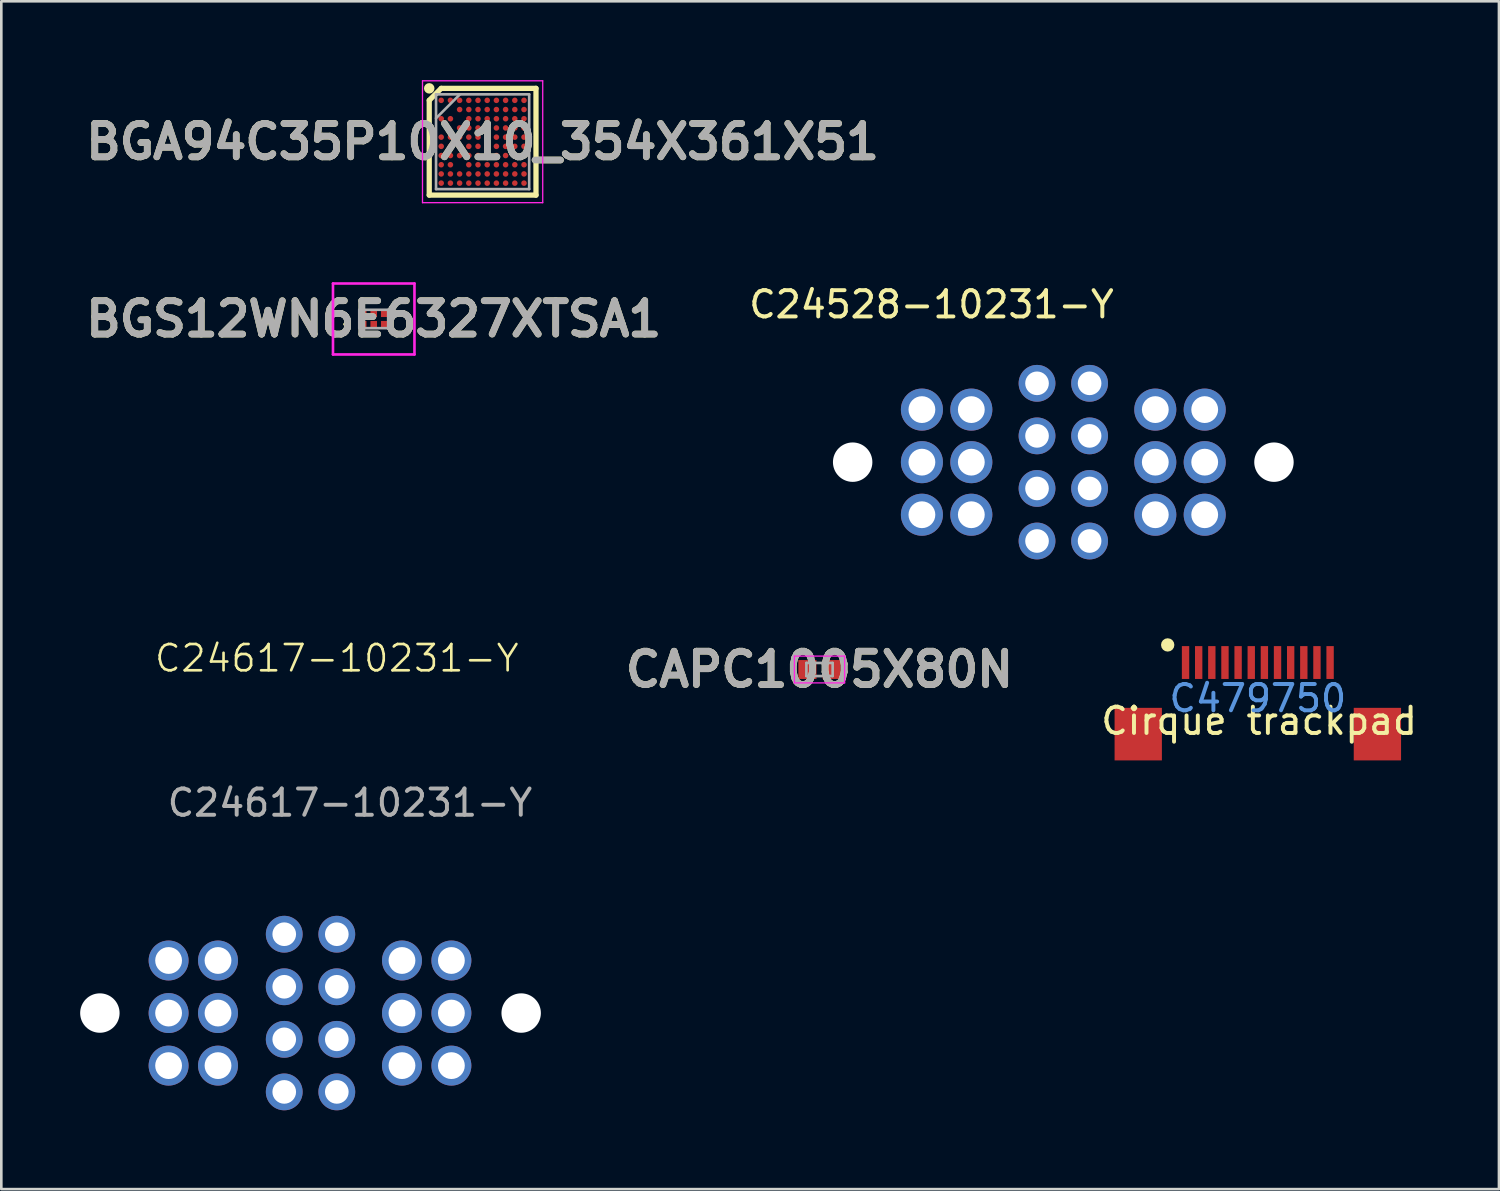
<source format=kicad_pcb>
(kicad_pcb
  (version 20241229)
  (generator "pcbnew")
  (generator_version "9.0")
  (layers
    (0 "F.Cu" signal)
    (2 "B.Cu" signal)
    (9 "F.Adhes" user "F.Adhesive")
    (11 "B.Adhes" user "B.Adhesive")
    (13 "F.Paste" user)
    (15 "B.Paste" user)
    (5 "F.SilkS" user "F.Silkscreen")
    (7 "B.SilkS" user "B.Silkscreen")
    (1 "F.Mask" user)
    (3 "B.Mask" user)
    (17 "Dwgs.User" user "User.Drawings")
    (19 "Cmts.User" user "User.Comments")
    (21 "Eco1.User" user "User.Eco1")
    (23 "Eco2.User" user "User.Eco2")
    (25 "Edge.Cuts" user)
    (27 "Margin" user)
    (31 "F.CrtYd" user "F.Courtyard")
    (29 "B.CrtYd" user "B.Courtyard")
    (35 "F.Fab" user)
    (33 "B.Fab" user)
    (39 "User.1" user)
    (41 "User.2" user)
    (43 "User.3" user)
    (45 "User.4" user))
  (footprint "CAPC1005X80N"
    (layer "F.Cu")
    (at 28.132 22.424)
    (property "Reference" "CAPC1005X80N" (at 0 0 0) (layer "F.SilkS") (effects (font (size 1.27 1.27) (thickness 0.254))))
    (attr smd)
    (fp_line (start -0.955 -0.51) (end 0.955 -0.51) (stroke (width 0.05) (type solid)) (layer "F.CrtYd"))
    (fp_line (start -0.955 0.51) (end -0.955 -0.51) (stroke (width 0.05) (type solid)) (layer "F.CrtYd"))
    (fp_line (start 0.955 -0.51) (end 0.955 0.51) (stroke (width 0.05) (type solid)) (layer "F.CrtYd"))
    (fp_line (start 0.955 0.51) (end -0.955 0.51) (stroke (width 0.05) (type solid)) (layer "F.CrtYd"))
    (fp_line (start -0.5 -0.25) (end 0.5 -0.25) (stroke (width 0.1) (type solid)) (layer "F.Fab"))
    (fp_line (start -0.5 0.25) (end -0.5 -0.25) (stroke (width 0.1) (type solid)) (layer "F.Fab"))
    (fp_line (start 0.5 -0.25) (end 0.5 0.25) (stroke (width 0.1) (type solid)) (layer "F.Fab"))
    (fp_line (start 0.5 0.25) (end -0.5 0.25) (stroke (width 0.1) (type solid)) (layer "F.Fab"))
    (fp_text user "${REFERENCE}" (at 0 0 0) (layer "F.Fab") (effects (font (size 1.27 1.27) (thickness 0.254))))
    (pad "1" smd rect (at -0.46 0) (size 0.69 0.72) (layers "F.Cu" "F.Mask" "F.Paste"))
    (pad "2" smd rect (at 0.46 0) (size 0.69 0.72) (layers "F.Cu" "F.Mask" "F.Paste")))
  (footprint "Cirque trackpad"
    (layer "F.Cu")
    (at 44.859 24.883)
    (property "Reference" "Cirque trackpad" (at 0 -0.5 0) (unlocked yes) (layer "F.SilkS") (effects (font (size 1 1) (thickness 0.15))))
    (attr smd)
    (fp_circle (center -3.479 -3.394) (end -3.352 -3.394) (stroke (width 0.254) (type solid)) (fill no) (layer "F.SilkS"))
    (fp_text user "C479750" (at -0.05 -1.362 0) (layer "Cmts.User") (effects (font (size 1 1) (thickness 0.15))))
    (pad "1" smd rect (at -2.8 -2.724) (size 0.28 1.25) (layers "F.Cu" "F.Mask" "F.Paste"))
    (pad "2" smd rect (at -2.3 -2.724) (size 0.28 1.25) (layers "F.Cu" "F.Mask" "F.Paste"))
    (pad "3" smd rect (at -1.8 -2.724) (size 0.28 1.25) (layers "F.Cu" "F.Mask" "F.Paste"))
    (pad "4" smd rect (at -1.3 -2.724) (size 0.28 1.25) (layers "F.Cu" "F.Mask" "F.Paste"))
    (pad "5" smd rect (at -0.8 -2.724) (size 0.28 1.25) (layers "F.Cu" "F.Mask" "F.Paste"))
    (pad "6" smd rect (at -0.3 -2.724) (size 0.28 1.25) (layers "F.Cu" "F.Mask" "F.Paste"))
    (pad "7" smd rect (at 0.2 -2.724) (size 0.28 1.25) (layers "F.Cu" "F.Mask" "F.Paste"))
    (pad "8" smd rect (at 0.7 -2.724) (size 0.28 1.25) (layers "F.Cu" "F.Mask" "F.Paste"))
    (pad "9" smd rect (at 1.2 -2.724) (size 0.28 1.25) (layers "F.Cu" "F.Mask" "F.Paste"))
    (pad "10" smd rect (at 1.7 -2.724) (size 0.28 1.25) (layers "F.Cu" "F.Mask" "F.Paste"))
    (pad "11" smd rect (at 2.2 -2.724) (size 0.28 1.25) (layers "F.Cu" "F.Mask" "F.Paste"))
    (pad "12" smd rect (at 2.7 -2.724) (size 0.28 1.25) (layers "F.Cu" "F.Mask" "F.Paste"))
    (pad "13" smd rect (at 4.5 0) (size 1.8 2) (layers "F.Cu" "F.Mask" "F.Paste"))
    (pad "14" smd rect (at -4.6 0) (size 1.8 2) (layers "F.Cu" "F.Mask" "F.Paste")))
  (footprint "C24528-10231-Y"
    (layer "F.Cu")
    (at 29.393 14.535)
    (property "Reference" "C24528-10231-Y" (at 3 -6 0) (unlocked yes) (layer "F.SilkS") (effects (font (size 1 1) (thickness 0.15))))
    (attr through_hole)
    (pad "" np_thru_hole circle (at 0 0) (size 1.5 1.5) (drill 1.5) (layers "*.Cu" "*.Mask"))
    (pad "" np_thru_hole circle (at 16.03 0) (size 1.5 1.5) (drill 1.5) (layers "*.Cu" "*.Mask"))
    (pad "1" thru_hole circle (at 7.015 3) (size 1.4 1.4) (drill 0.9) (layers "*.Cu" "*.Mask"))
    (pad "2" thru_hole circle (at 7.015 1) (size 1.4 1.4) (drill 0.9) (layers "*.Cu" "*.Mask"))
    (pad "3" thru_hole circle (at 7.015 -1) (size 1.4 1.4) (drill 0.9) (layers "*.Cu" "*.Mask"))
    (pad "4" thru_hole circle (at 7.015 -3) (size 1.4 1.4) (drill 0.9) (layers "*.Cu" "*.Mask"))
    (pad "5" thru_hole circle (at 9.015 -3) (size 1.4 1.4) (drill 0.9) (layers "*.Cu" "*.Mask"))
    (pad "6" thru_hole circle (at 9.015 -1) (size 1.4 1.4) (drill 0.9) (layers "*.Cu" "*.Mask"))
    (pad "7" thru_hole circle (at 9.015 1) (size 1.4 1.4) (drill 0.9) (layers "*.Cu" "*.Mask"))
    (pad "8" thru_hole circle (at 9.015 3) (size 1.4 1.4) (drill 0.9) (layers "*.Cu" "*.Mask"))
    (pad "P1" thru_hole circle (at 2.635 -2) (size 1.6 1.6) (drill 1.02) (layers "*.Cu" "*.Mask"))
    (pad "P2" thru_hole circle (at 4.515 -2) (size 1.6 1.6) (drill 1.02) (layers "*.Cu" "*.Mask"))
    (pad "P3" thru_hole circle (at 2.635 0) (size 1.6 1.6) (drill 1.02) (layers "*.Cu" "*.Mask"))
    (pad "P4" thru_hole circle (at 4.515 0) (size 1.6 1.6) (drill 1.02) (layers "*.Cu" "*.Mask"))
    (pad "P5" thru_hole circle (at 2.635 2) (size 1.6 1.6) (drill 1.02) (layers "*.Cu" "*.Mask"))
    (pad "P6" thru_hole circle (at 4.515 2) (size 1.6 1.6) (drill 1.02) (layers "*.Cu" "*.Mask"))
    (pad "P7" thru_hole circle (at 11.515 -2) (size 1.6 1.6) (drill 1.02) (layers "*.Cu" "*.Mask"))
    (pad "P8" thru_hole circle (at 13.395 -2) (size 1.6 1.6) (drill 1.02) (layers "*.Cu" "*.Mask"))
    (pad "P9" thru_hole circle (at 11.515 0) (size 1.6 1.6) (drill 1.02) (layers "*.Cu" "*.Mask"))
    (pad "P10" thru_hole circle (at 13.395 0) (size 1.6 1.6) (drill 1.02) (layers "*.Cu" "*.Mask"))
    (pad "P11" thru_hole circle (at 11.515 2) (size 1.6 1.6) (drill 1.02) (layers "*.Cu" "*.Mask"))
    (pad "P12" thru_hole circle (at 13.395 2) (size 1.6 1.6) (drill 1.02) (layers "*.Cu" "*.Mask")))
  (footprint "BGA94C35P10X10_354X361X51"
    (layer "F.Cu")
    (at 15.313 2.343)
    (property "Reference" "BGA94C35P10X10_354X361X51" (at 0 0 0) (layer "F.SilkS") (effects (font (size 1.27 1.27) (thickness 0.254))))
    (attr smd)
    (fp_line (start -2.031 -1.575) (end -1.575 -2.031) (stroke (width 0.2) (type solid)) (layer "F.SilkS"))
    (fp_line (start -2.031 2.031) (end -2.031 -1.575) (stroke (width 0.2) (type solid)) (layer "F.SilkS"))
    (fp_line (start -1.575 -2.031) (end 2.031 -2.031) (stroke (width 0.2) (type solid)) (layer "F.SilkS"))
    (fp_line (start 2.031 -2.031) (end 2.031 2.031) (stroke (width 0.2) (type solid)) (layer "F.SilkS"))
    (fp_line (start 2.031 2.031) (end -2.031 2.031) (stroke (width 0.2) (type solid)) (layer "F.SilkS"))
    (fp_circle (center -2.031 -2.031) (end -2.031 -1.931) (stroke (width 0.2) (type solid)) (fill no) (layer "F.SilkS"))
    (fp_line (start -2.287 -2.318) (end 2.287 -2.318) (stroke (width 0.05) (type solid)) (layer "F.CrtYd"))
    (fp_line (start -2.287 2.319) (end -2.287 -2.318) (stroke (width 0.05) (type solid)) (layer "F.CrtYd"))
    (fp_line (start 2.287 -2.318) (end 2.287 2.319) (stroke (width 0.05) (type solid)) (layer "F.CrtYd"))
    (fp_line (start 2.287 2.319) (end -2.287 2.319) (stroke (width 0.05) (type solid)) (layer "F.CrtYd"))
    (fp_line (start -1.772 -1.804) (end 1.772 -1.804) (stroke (width 0.1) (type solid)) (layer "F.Fab"))
    (fp_line (start -1.772 -0.894) (end -0.863 -1.803) (stroke (width 0.1) (type solid)) (layer "F.Fab"))
    (fp_line (start -1.772 1.803) (end -1.772 -1.804) (stroke (width 0.1) (type solid)) (layer "F.Fab"))
    (fp_line (start 1.772 -1.804) (end 1.772 1.803) (stroke (width 0.1) (type solid)) (layer "F.Fab"))
    (fp_line (start 1.772 1.803) (end -1.772 1.803) (stroke (width 0.1) (type solid)) (layer "F.Fab"))
    (fp_text user "${REFERENCE}" (at 0 0 0) (layer "F.Fab") (effects (font (size 1.27 1.27) (thickness 0.254))))
    (pad "A1" smd circle (at -1.575 -1.575 90) (size 0.212 0.212) (layers "F.Cu" "F.Mask" "F.Paste"))
    (pad "A2" smd circle (at -1.225 -1.575 90) (size 0.212 0.212) (layers "F.Cu" "F.Mask" "F.Paste"))
    (pad "A3" smd circle (at -0.875 -1.575 90) (size 0.212 0.212) (layers "F.Cu" "F.Mask" "F.Paste"))
    (pad "A4" smd circle (at -0.525 -1.575 90) (size 0.212 0.212) (layers "F.Cu" "F.Mask" "F.Paste"))
    (pad "A5" smd circle (at -0.175 -1.575 90) (size 0.212 0.212) (layers "F.Cu" "F.Mask" "F.Paste"))
    (pad "A6" smd circle (at 0.175 -1.575 90) (size 0.212 0.212) (layers "F.Cu" "F.Mask" "F.Paste"))
    (pad "A7" smd circle (at 0.525 -1.575 90) (size 0.212 0.212) (layers "F.Cu" "F.Mask" "F.Paste"))
    (pad "A8" smd circle (at 0.875 -1.575 90) (size 0.212 0.212) (layers "F.Cu" "F.Mask" "F.Paste"))
    (pad "A9" smd circle (at 1.225 -1.575 90) (size 0.212 0.212) (layers "F.Cu" "F.Mask" "F.Paste"))
    (pad "A10" smd circle (at 1.575 -1.575 90) (size 0.212 0.212) (layers "F.Cu" "F.Mask" "F.Paste"))
    (pad "B3" smd circle (at -0.875 -1.225 90) (size 0.212 0.212) (layers "F.Cu" "F.Mask" "F.Paste"))
    (pad "B4" smd circle (at -0.525 -1.225 90) (size 0.212 0.212) (layers "F.Cu" "F.Mask" "F.Paste"))
    (pad "B5" smd circle (at -0.175 -1.225 90) (size 0.212 0.212) (layers "F.Cu" "F.Mask" "F.Paste"))
    (pad "B6" smd circle (at 0.175 -1.225 90) (size 0.212 0.212) (layers "F.Cu" "F.Mask" "F.Paste"))
    (pad "B7" smd circle (at 0.525 -1.225 90) (size 0.212 0.212) (layers "F.Cu" "F.Mask" "F.Paste"))
    (pad "B8" smd circle (at 0.875 -1.225 90) (size 0.212 0.212) (layers "F.Cu" "F.Mask" "F.Paste"))
    (pad "B9" smd circle (at 1.225 -1.225 90) (size 0.212 0.212) (layers "F.Cu" "F.Mask" "F.Paste"))
    (pad "B10" smd circle (at 1.575 -1.225 90) (size 0.212 0.212) (layers "F.Cu" "F.Mask" "F.Paste"))
    (pad "C1" smd circle (at -1.575 -0.875 90) (size 0.212 0.212) (layers "F.Cu" "F.Mask" "F.Paste"))
    (pad "C2" smd circle (at -1.225 -0.875 90) (size 0.212 0.212) (layers "F.Cu" "F.Mask" "F.Paste"))
    (pad "C4" smd circle (at -0.525 -0.875 90) (size 0.212 0.212) (layers "F.Cu" "F.Mask" "F.Paste"))
    (pad "C5" smd circle (at -0.175 -0.875 90) (size 0.212 0.212) (layers "F.Cu" "F.Mask" "F.Paste"))
    (pad "C6" smd circle (at 0.175 -0.875 90) (size 0.212 0.212) (layers "F.Cu" "F.Mask" "F.Paste"))
    (pad "C7" smd circle (at 0.525 -0.875 90) (size 0.212 0.212) (layers "F.Cu" "F.Mask" "F.Paste"))
    (pad "C8" smd circle (at 0.875 -0.875 90) (size 0.212 0.212) (layers "F.Cu" "F.Mask" "F.Paste"))
    (pad "C9" smd circle (at 1.225 -0.875 90) (size 0.212 0.212) (layers "F.Cu" "F.Mask" "F.Paste"))
    (pad "C10" smd circle (at 1.575 -0.875 90) (size 0.212 0.212) (layers "F.Cu" "F.Mask" "F.Paste"))
    (pad "D3" smd circle (at -0.875 -0.525 90) (size 0.212 0.212) (layers "F.Cu" "F.Mask" "F.Paste"))
    (pad "D4" smd circle (at -0.525 -0.525 90) (size 0.212 0.212) (layers "F.Cu" "F.Mask" "F.Paste"))
    (pad "D5" smd circle (at -0.175 -0.525 90) (size 0.212 0.212) (layers "F.Cu" "F.Mask" "F.Paste"))
    (pad "D6" smd circle (at 0.175 -0.525 90) (size 0.212 0.212) (layers "F.Cu" "F.Mask" "F.Paste"))
    (pad "D7" smd circle (at 0.525 -0.525 90) (size 0.212 0.212) (layers "F.Cu" "F.Mask" "F.Paste"))
    (pad "D8" smd circle (at 0.875 -0.525 90) (size 0.212 0.212) (layers "F.Cu" "F.Mask" "F.Paste"))
    (pad "D9" smd circle (at 1.225 -0.525 90) (size 0.212 0.212) (layers "F.Cu" "F.Mask" "F.Paste"))
    (pad "D10" smd circle (at 1.575 -0.525 90) (size 0.212 0.212) (layers "F.Cu" "F.Mask" "F.Paste"))
    (pad "E1" smd circle (at -1.575 -0.175 90) (size 0.212 0.212) (layers "F.Cu" "F.Mask" "F.Paste"))
    (pad "E2" smd circle (at -1.225 -0.175 90) (size 0.212 0.212) (layers "F.Cu" "F.Mask" "F.Paste"))
    (pad "E3" smd circle (at -0.875 -0.175 90) (size 0.212 0.212) (layers "F.Cu" "F.Mask" "F.Paste"))
    (pad "E4" smd circle (at -0.525 -0.175 90) (size 0.212 0.212) (layers "F.Cu" "F.Mask" "F.Paste"))
    (pad "E5" smd circle (at -0.175 -0.175 90) (size 0.212 0.212) (layers "F.Cu" "F.Mask" "F.Paste"))
    (pad "E6" smd circle (at 0.175 -0.175 90) (size 0.212 0.212) (layers "F.Cu" "F.Mask" "F.Paste"))
    (pad "E7" smd circle (at 0.525 -0.175 90) (size 0.212 0.212) (layers "F.Cu" "F.Mask" "F.Paste"))
    (pad "E8" smd circle (at 0.875 -0.175 90) (size 0.212 0.212) (layers "F.Cu" "F.Mask" "F.Paste"))
    (pad "E9" smd circle (at 1.225 -0.175 90) (size 0.212 0.212) (layers "F.Cu" "F.Mask" "F.Paste"))
    (pad "E10" smd circle (at 1.575 -0.175 90) (size 0.212 0.212) (layers "F.Cu" "F.Mask" "F.Paste"))
    (pad "F1" smd circle (at -1.575 0.175 90) (size 0.212 0.212) (layers "F.Cu" "F.Mask" "F.Paste"))
    (pad "F2" smd circle (at -1.225 0.175 90) (size 0.212 0.212) (layers "F.Cu" "F.Mask" "F.Paste"))
    (pad "F3" smd circle (at -0.875 0.175 90) (size 0.212 0.212) (layers "F.Cu" "F.Mask" "F.Paste"))
    (pad "F4" smd circle (at -0.525 0.175 90) (size 0.212 0.212) (layers "F.Cu" "F.Mask" "F.Paste"))
    (pad "F5" smd circle (at -0.175 0.175 90) (size 0.212 0.212) (layers "F.Cu" "F.Mask" "F.Paste"))
    (pad "F6" smd circle (at 0.175 0.175 90) (size 0.212 0.212) (layers "F.Cu" "F.Mask" "F.Paste"))
    (pad "F7" smd circle (at 0.525 0.175 90) (size 0.212 0.212) (layers "F.Cu" "F.Mask" "F.Paste"))
    (pad "F8" smd circle (at 0.875 0.175 90) (size 0.212 0.212) (layers "F.Cu" "F.Mask" "F.Paste"))
    (pad "F9" smd circle (at 1.225 0.175 90) (size 0.212 0.212) (layers "F.Cu" "F.Mask" "F.Paste"))
    (pad "F10" smd circle (at 1.575 0.175 90) (size 0.212 0.212) (layers "F.Cu" "F.Mask" "F.Paste"))
    (pad "G1" smd circle (at -1.575 0.525 90) (size 0.212 0.212) (layers "F.Cu" "F.Mask" "F.Paste"))
    (pad "G2" smd circle (at -1.225 0.525 90) (size 0.212 0.212) (layers "F.Cu" "F.Mask" "F.Paste"))
    (pad "G3" smd circle (at -0.875 0.525 90) (size 0.212 0.212) (layers "F.Cu" "F.Mask" "F.Paste"))
    (pad "G4" smd circle (at -0.525 0.525 90) (size 0.212 0.212) (layers "F.Cu" "F.Mask" "F.Paste"))
    (pad "G5" smd circle (at -0.175 0.525 90) (size 0.212 0.212) (layers "F.Cu" "F.Mask" "F.Paste"))
    (pad "G6" smd circle (at 0.175 0.525 90) (size 0.212 0.212) (layers "F.Cu" "F.Mask" "F.Paste"))
    (pad "G7" smd circle (at 0.525 0.525 90) (size 0.212 0.212) (layers "F.Cu" "F.Mask" "F.Paste"))
    (pad "G8" smd circle (at 0.875 0.525 90) (size 0.212 0.212) (layers "F.Cu" "F.Mask" "F.Paste"))
    (pad "G9" smd circle (at 1.225 0.525 90) (size 0.212 0.212) (layers "F.Cu" "F.Mask" "F.Paste"))
    (pad "G10" smd circle (at 1.575 0.525 90) (size 0.212 0.212) (layers "F.Cu" "F.Mask" "F.Paste"))
    (pad "H1" smd circle (at -1.575 0.875 90) (size 0.212 0.212) (layers "F.Cu" "F.Mask" "F.Paste"))
    (pad "H2" smd circle (at -1.225 0.875 90) (size 0.212 0.212) (layers "F.Cu" "F.Mask" "F.Paste"))
    (pad "H4" smd circle (at -0.525 0.875 90) (size 0.212 0.212) (layers "F.Cu" "F.Mask" "F.Paste"))
    (pad "H5" smd circle (at -0.175 0.875 90) (size 0.212 0.212) (layers "F.Cu" "F.Mask" "F.Paste"))
    (pad "H6" smd circle (at 0.175 0.875 90) (size 0.212 0.212) (layers "F.Cu" "F.Mask" "F.Paste"))
    (pad "H7" smd circle (at 0.525 0.875 90) (size 0.212 0.212) (layers "F.Cu" "F.Mask" "F.Paste"))
    (pad "H8" smd circle (at 0.875 0.875 90) (size 0.212 0.212) (layers "F.Cu" "F.Mask" "F.Paste"))
    (pad "H9" smd circle (at 1.225 0.875 90) (size 0.212 0.212) (layers "F.Cu" "F.Mask" "F.Paste"))
    (pad "H10" smd circle (at 1.575 0.875 90) (size 0.212 0.212) (layers "F.Cu" "F.Mask" "F.Paste"))
    (pad "J1" smd circle (at -1.575 1.225 90) (size 0.212 0.212) (layers "F.Cu" "F.Mask" "F.Paste"))
    (pad "J2" smd circle (at -1.225 1.225 90) (size 0.212 0.212) (layers "F.Cu" "F.Mask" "F.Paste"))
    (pad "J3" smd circle (at -0.875 1.225 90) (size 0.212 0.212) (layers "F.Cu" "F.Mask" "F.Paste"))
    (pad "J4" smd circle (at -0.525 1.225 90) (size 0.212 0.212) (layers "F.Cu" "F.Mask" "F.Paste"))
    (pad "J5" smd circle (at -0.175 1.225 90) (size 0.212 0.212) (layers "F.Cu" "F.Mask" "F.Paste"))
    (pad "J6" smd circle (at 0.175 1.225 90) (size 0.212 0.212) (layers "F.Cu" "F.Mask" "F.Paste"))
    (pad "J7" smd circle (at 0.525 1.225 90) (size 0.212 0.212) (layers "F.Cu" "F.Mask" "F.Paste"))
    (pad "J8" smd circle (at 0.875 1.225 90) (size 0.212 0.212) (layers "F.Cu" "F.Mask" "F.Paste"))
    (pad "J9" smd circle (at 1.225 1.225 90) (size 0.212 0.212) (layers "F.Cu" "F.Mask" "F.Paste"))
    (pad "J10" smd circle (at 1.575 1.225 90) (size 0.212 0.212) (layers "F.Cu" "F.Mask" "F.Paste"))
    (pad "K1" smd circle (at -1.575 1.575 90) (size 0.212 0.212) (layers "F.Cu" "F.Mask" "F.Paste"))
    (pad "K2" smd circle (at -1.225 1.575 90) (size 0.212 0.212) (layers "F.Cu" "F.Mask" "F.Paste"))
    (pad "K3" smd circle (at -0.875 1.575 90) (size 0.212 0.212) (layers "F.Cu" "F.Mask" "F.Paste"))
    (pad "K4" smd circle (at -0.525 1.575 90) (size 0.212 0.212) (layers "F.Cu" "F.Mask" "F.Paste"))
    (pad "K5" smd circle (at -0.175 1.575 90) (size 0.212 0.212) (layers "F.Cu" "F.Mask" "F.Paste"))
    (pad "K6" smd circle (at 0.175 1.575 90) (size 0.212 0.212) (layers "F.Cu" "F.Mask" "F.Paste"))
    (pad "K7" smd circle (at 0.525 1.575 90) (size 0.212 0.212) (layers "F.Cu" "F.Mask" "F.Paste"))
    (pad "K8" smd circle (at 0.875 1.575 90) (size 0.212 0.212) (layers "F.Cu" "F.Mask" "F.Paste"))
    (pad "K9" smd circle (at 1.225 1.575 90) (size 0.212 0.212) (layers "F.Cu" "F.Mask" "F.Paste"))
    (pad "K10" smd circle (at 1.575 1.575 90) (size 0.212 0.212) (layers "F.Cu" "F.Mask" "F.Paste")))
  (footprint "BGS12WN6E6327XTSA1"
    (layer "F.Cu")
    (at 11.17 9.087)
    (property "Reference" "BGS12WN6E6327XTSA1" (at 0 0 0) (layer "F.SilkS") (effects (font (size 1.27 1.27) (thickness 0.254))))
    (attr smd)
    (fp_line (start -1.1 0.2) (end -1.1 0.2) (stroke (width 0.1) (type solid)) (layer "F.SilkS"))
    (fp_line (start -1 0.2) (end -1 0.2) (stroke (width 0.1) (type solid)) (layer "F.SilkS"))
    (fp_arc (start -1.1 0.2) (mid -1.05 0.15) (end -1 0.2) (stroke (width 0.1) (type solid)) (layer "F.SilkS"))
    (fp_arc (start -1 0.2) (mid -1.05 0.25) (end -1.1 0.2) (stroke (width 0.1) (type solid)) (layer "F.SilkS"))
    (fp_line (start -1.55 -1.35) (end 1.55 -1.35) (stroke (width 0.1) (type solid)) (layer "F.CrtYd"))
    (fp_line (start -1.55 1.35) (end -1.55 -1.35) (stroke (width 0.1) (type solid)) (layer "F.CrtYd"))
    (fp_line (start 1.55 -1.35) (end 1.55 1.35) (stroke (width 0.1) (type solid)) (layer "F.CrtYd"))
    (fp_line (start 1.55 1.35) (end -1.55 1.35) (stroke (width 0.1) (type solid)) (layer "F.CrtYd"))
    (fp_line (start -0.55 -0.35) (end 0.55 -0.35) (stroke (width 0.1) (type solid)) (layer "F.Fab"))
    (fp_line (start -0.55 0.35) (end -0.55 -0.35) (stroke (width 0.1) (type solid)) (layer "F.Fab"))
    (fp_line (start 0.55 -0.35) (end 0.55 0.35) (stroke (width 0.1) (type solid)) (layer "F.Fab"))
    (fp_line (start 0.55 0.35) (end -0.55 0.35) (stroke (width 0.1) (type solid)) (layer "F.Fab"))
    (fp_text user "${REFERENCE}" (at 0 0 0) (layer "F.Fab") (effects (font (size 1.27 1.27) (thickness 0.254))))
    (pad "1" smd rect (at -0.4 0.2) (size 0.25 0.25) (layers "F.Cu" "F.Mask" "F.Paste"))
    (pad "2" smd rect (at 0 0.2) (size 0.25 0.25) (layers "F.Cu" "F.Mask" "F.Paste"))
    (pad "3" smd rect (at 0.4 0.2) (size 0.25 0.25) (layers "F.Cu" "F.Mask" "F.Paste"))
    (pad "4" smd rect (at 0.4 -0.2) (size 0.25 0.25) (layers "F.Cu" "F.Mask" "F.Paste"))
    (pad "5" smd rect (at 0 -0.2) (size 0.25 0.25) (layers "F.Cu" "F.Mask" "F.Paste"))
    (pad "6" smd rect (at -0.4 -0.2) (size 0.25 0.25) (layers "F.Cu" "F.Mask" "F.Paste")))
  (footprint "C24617-10231-Y"
    (layer "F.Cu")
    (at 8.765 35.496)
    (property "Reference" "C24617-10231-Y" (at 1 -13.5 0) (unlocked yes) (layer "F.SilkS") (effects (font (size 1 1) (thickness 0.1))))
    (attr through_hole)
    (fp_text user "${REFERENCE}" (at 1.5 -8 0) (unlocked yes) (layer "F.Fab") (effects (font (size 1 1) (thickness 0.15))))
    (pad "" np_thru_hole circle (at -8.015 0) (size 1.5 1.5) (drill 1.5) (layers "*.Cu" "*.Mask"))
    (pad "" np_thru_hole circle (at 8.015 0) (size 1.5 1.5) (drill 1.5) (layers "*.Cu" "*.Mask"))
    (pad "1" thru_hole circle (at -1 3) (size 1.4 1.4) (drill 0.9) (layers "*.Cu" "*.Mask"))
    (pad "2" thru_hole circle (at -1 1) (size 1.4 1.4) (drill 0.9) (layers "*.Cu" "*.Mask"))
    (pad "3" thru_hole circle (at -1 -1) (size 1.4 1.4) (drill 0.9) (layers "*.Cu" "*.Mask"))
    (pad "4" thru_hole circle (at -1 -3) (size 1.4 1.4) (drill 0.9) (layers "*.Cu" "*.Mask"))
    (pad "5" thru_hole circle (at 1 -3) (size 1.4 1.4) (drill 0.9) (layers "*.Cu" "*.Mask"))
    (pad "6" thru_hole circle (at 1 -1) (size 1.4 1.4) (drill 0.9) (layers "*.Cu" "*.Mask"))
    (pad "7" thru_hole circle (at 1 1) (size 1.4 1.4) (drill 0.9) (layers "*.Cu" "*.Mask"))
    (pad "8" thru_hole circle (at 1 3) (size 1.4 1.4) (drill 0.9) (layers "*.Cu" "*.Mask"))
    (pad "P1" thru_hole circle (at -5.4 -2) (size 1.52 1.52) (drill 1.02) (layers "*.Cu" "*.Mask"))
    (pad "P2" thru_hole circle (at -3.52 -2) (size 1.52 1.52) (drill 1.02) (layers "*.Cu" "*.Mask"))
    (pad "P3" thru_hole circle (at -5.4 0) (size 1.52 1.52) (drill 1.02) (layers "*.Cu" "*.Mask"))
    (pad "P4" thru_hole circle (at -3.52 0) (size 1.52 1.52) (drill 1.02) (layers "*.Cu" "*.Mask"))
    (pad "P5" thru_hole circle (at -5.4 2) (size 1.52 1.52) (drill 1.02) (layers "*.Cu" "*.Mask"))
    (pad "P6" thru_hole circle (at -3.52 2) (size 1.52 1.52) (drill 1.02) (layers "*.Cu" "*.Mask"))
    (pad "P7" thru_hole circle (at 3.48 -2) (size 1.52 1.52) (drill 1.02) (layers "*.Cu" "*.Mask"))
    (pad "P8" thru_hole circle (at 5.36 -2) (size 1.52 1.52) (drill 1.02) (layers "*.Cu" "*.Mask"))
    (pad "P9" thru_hole circle (at 3.48 0) (size 1.52 1.52) (drill 1.02) (layers "*.Cu" "*.Mask"))
    (pad "P10" thru_hole circle (at 5.36 0) (size 1.52 1.52) (drill 1.02) (layers "*.Cu" "*.Mask"))
    (pad "P11" thru_hole circle (at 3.48 2) (size 1.52 1.52) (drill 1.02) (layers "*.Cu" "*.Mask"))
    (pad "P12" thru_hole circle (at 5.36 2) (size 1.52 1.52) (drill 1.02) (layers "*.Cu" "*.Mask")))
  (gr_rect
    (start -3 -3)
    (end 53.984 42.196)
    (stroke (width 0.1) (type default))
    (fill no)
    (layer "Edge.Cuts")))
</source>
